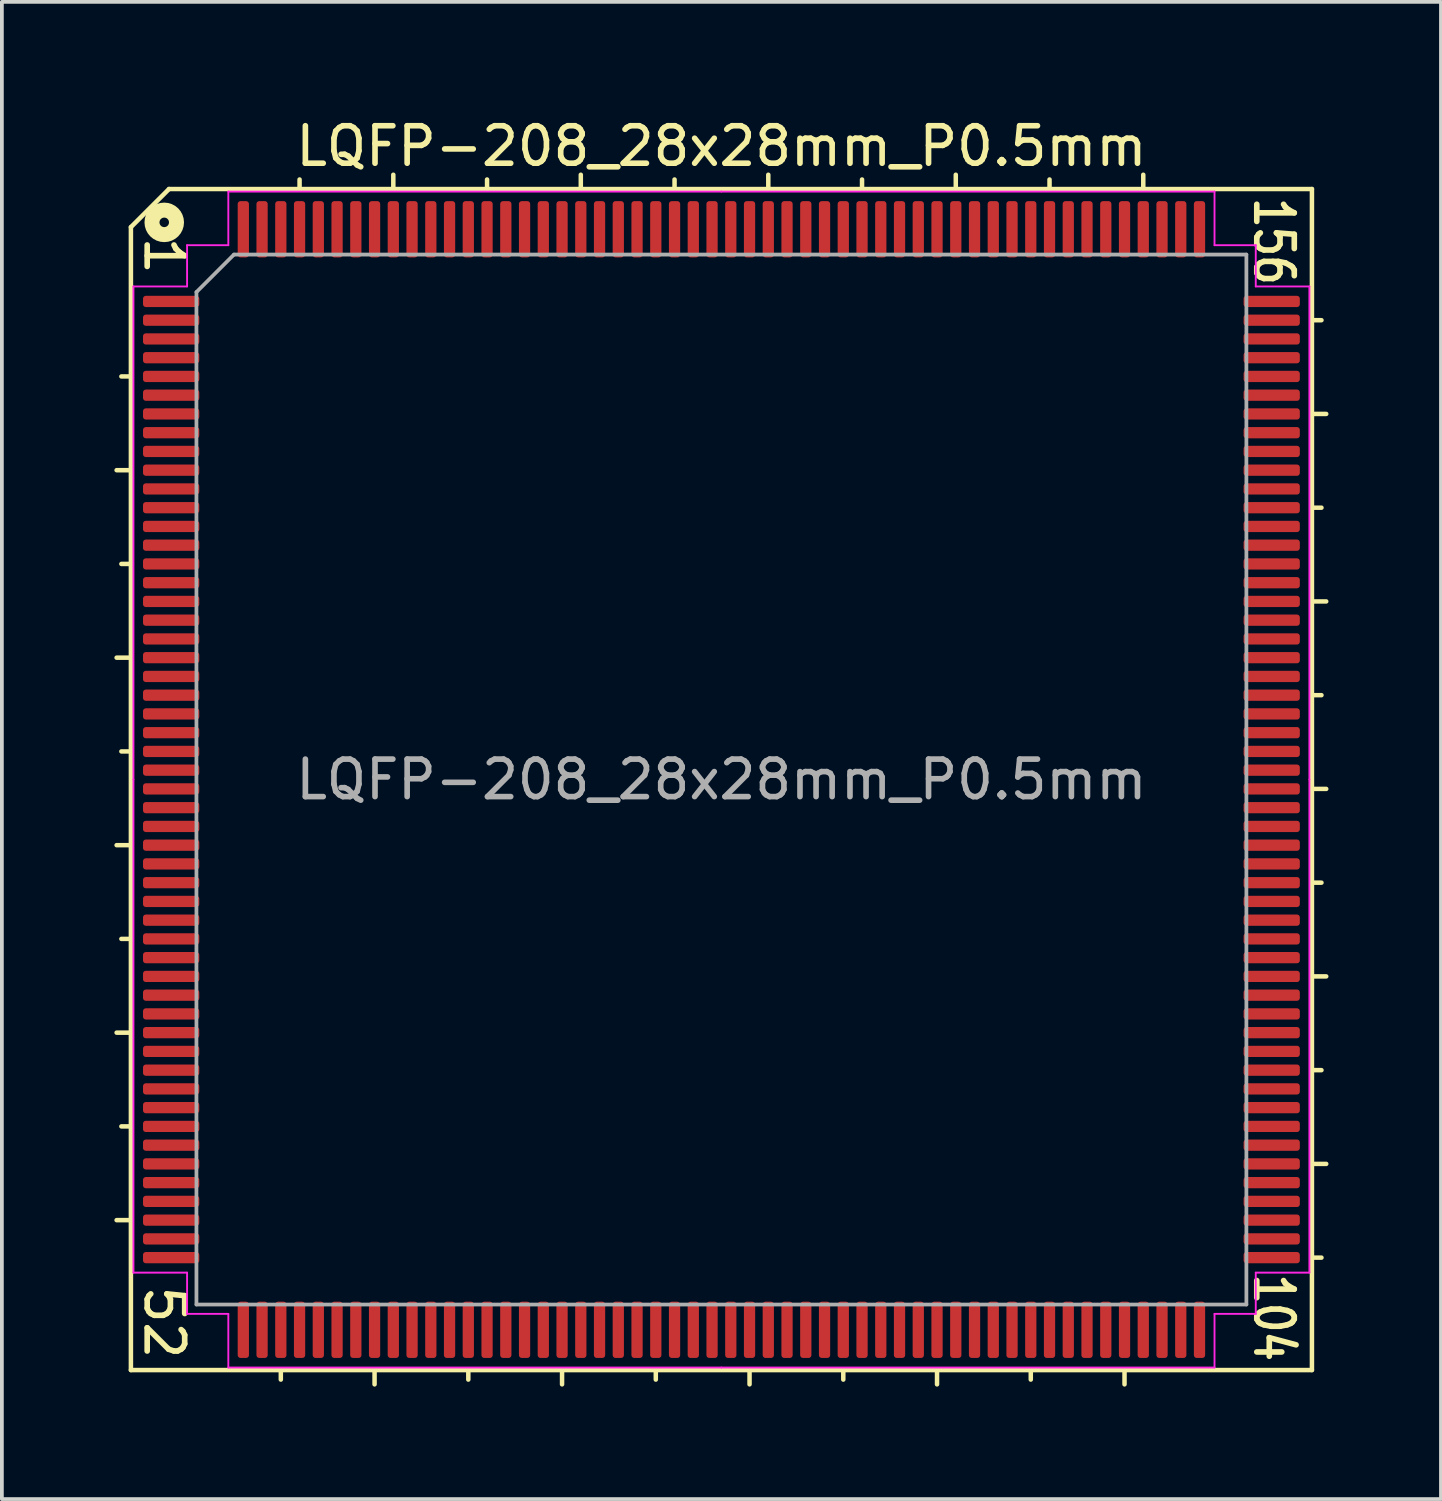
<source format=kicad_pcb>
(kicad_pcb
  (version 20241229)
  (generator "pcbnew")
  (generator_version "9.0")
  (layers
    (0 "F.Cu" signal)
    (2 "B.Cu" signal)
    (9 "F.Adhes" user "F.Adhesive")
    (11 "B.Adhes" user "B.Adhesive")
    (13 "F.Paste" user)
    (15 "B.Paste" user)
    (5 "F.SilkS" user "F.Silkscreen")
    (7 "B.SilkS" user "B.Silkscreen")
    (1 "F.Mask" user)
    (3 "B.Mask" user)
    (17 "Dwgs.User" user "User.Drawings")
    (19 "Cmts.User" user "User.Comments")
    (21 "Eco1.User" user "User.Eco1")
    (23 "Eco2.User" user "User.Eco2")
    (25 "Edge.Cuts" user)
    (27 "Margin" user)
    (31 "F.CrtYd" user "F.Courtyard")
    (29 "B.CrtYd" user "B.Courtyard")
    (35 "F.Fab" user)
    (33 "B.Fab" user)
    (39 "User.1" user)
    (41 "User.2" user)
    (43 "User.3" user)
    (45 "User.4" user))
  (footprint "LQFP-208_28x28mm_P0.5mm"
    (layer "F.Cu")
    (at 16.189 17.739)
    (property "Reference" "LQFP-208_28x28mm_P0.5mm" (at 0 -16.891 0) (layer "F.SilkS") (effects (font (size 1 1) (thickness 0.15))))
    (attr smd)
    (fp_line (start -15.75 -10.75) (end -16.002 -10.75) (stroke (width 0.12) (type solid)) (layer "F.SilkS"))
    (fp_line (start -15.75 -3.25) (end -16.129 -3.25) (stroke (width 0.12) (type solid)) (layer "F.SilkS"))
    (fp_line (start -15.75 -0.75) (end -16.002 -0.75) (stroke (width 0.12) (type solid)) (layer "F.SilkS"))
    (fp_line (start -15.75 1.75) (end -16.129 1.75) (stroke (width 0.12) (type solid)) (layer "F.SilkS"))
    (fp_line (start -15.75 4.25) (end -16.002 4.25) (stroke (width 0.12) (type solid)) (layer "F.SilkS"))
    (fp_line (start -15.75 6.75) (end -16.129 6.75) (stroke (width 0.12) (type solid)) (layer "F.SilkS"))
    (fp_line (start -15.75 9.25) (end -16.002 9.25) (stroke (width 0.12) (type solid)) (layer "F.SilkS"))
    (fp_line (start -15.75 11.75) (end -16.129 11.75) (stroke (width 0.12) (type solid)) (layer "F.SilkS"))
    (fp_line (start -15.748 -14.732) (end -15.748 15.748) (stroke (width 0.12) (type solid)) (layer "F.SilkS"))
    (fp_line (start -15.748 -8.25) (end -16.129 -8.25) (stroke (width 0.12) (type solid)) (layer "F.SilkS"))
    (fp_line (start -15.748 -5.75) (end -16.002 -5.75) (stroke (width 0.12) (type solid)) (layer "F.SilkS"))
    (fp_line (start -15.748 15.748) (end 15.748 15.748) (stroke (width 0.12) (type solid)) (layer "F.SilkS"))
    (fp_line (start -14.732 -15.748) (end -15.748 -14.732) (stroke (width 0.12) (type solid)) (layer "F.SilkS"))
    (fp_line (start -11.75 15.748) (end -11.75 16.002) (stroke (width 0.12) (type solid)) (layer "F.SilkS"))
    (fp_line (start -11.25 -15.75) (end -11.25 -16.002) (stroke (width 0.12) (type solid)) (layer "F.SilkS"))
    (fp_line (start -9.25 15.75) (end -9.25 16.129) (stroke (width 0.12) (type solid)) (layer "F.SilkS"))
    (fp_line (start -8.75 -15.75) (end -8.75 -16.129) (stroke (width 0.12) (type solid)) (layer "F.SilkS"))
    (fp_line (start -6.75 15.75) (end -6.75 16.002) (stroke (width 0.12) (type solid)) (layer "F.SilkS"))
    (fp_line (start -6.25 -15.75) (end -6.25 -16.002) (stroke (width 0.12) (type solid)) (layer "F.SilkS"))
    (fp_line (start -4.25 15.75) (end -4.25 16.129) (stroke (width 0.12) (type solid)) (layer "F.SilkS"))
    (fp_line (start -3.75 -15.75) (end -3.75 -16.129) (stroke (width 0.12) (type solid)) (layer "F.SilkS"))
    (fp_line (start -1.75 15.75) (end -1.75 16.002) (stroke (width 0.12) (type solid)) (layer "F.SilkS"))
    (fp_line (start -1.25 -15.75) (end -1.25 -16.002) (stroke (width 0.12) (type solid)) (layer "F.SilkS"))
    (fp_line (start 0.75 15.75) (end 0.75 16.129) (stroke (width 0.12) (type solid)) (layer "F.SilkS"))
    (fp_line (start 1.25 -15.75) (end 1.25 -16.129) (stroke (width 0.12) (type solid)) (layer "F.SilkS"))
    (fp_line (start 3.25 15.75) (end 3.25 16.002) (stroke (width 0.12) (type solid)) (layer "F.SilkS"))
    (fp_line (start 3.75 -15.75) (end 3.75 -16.002) (stroke (width 0.12) (type solid)) (layer "F.SilkS"))
    (fp_line (start 5.75 15.75) (end 5.75 16.129) (stroke (width 0.12) (type solid)) (layer "F.SilkS"))
    (fp_line (start 6.25 -15.75) (end 6.25 -16.129) (stroke (width 0.12) (type solid)) (layer "F.SilkS"))
    (fp_line (start 8.25 15.75) (end 8.25 16.002) (stroke (width 0.12) (type solid)) (layer "F.SilkS"))
    (fp_line (start 8.75 -15.75) (end 8.75 -16.002) (stroke (width 0.12) (type solid)) (layer "F.SilkS"))
    (fp_line (start 10.75 15.75) (end 10.75 16.129) (stroke (width 0.12) (type solid)) (layer "F.SilkS"))
    (fp_line (start 11.25 -15.75) (end 11.25 -16.129) (stroke (width 0.12) (type solid)) (layer "F.SilkS"))
    (fp_line (start 15.748 -15.748) (end -14.732 -15.748) (stroke (width 0.12) (type solid)) (layer "F.SilkS"))
    (fp_line (start 15.748 15.748) (end 15.748 -15.748) (stroke (width 0.12) (type solid)) (layer "F.SilkS"))
    (fp_line (start 15.75 -12.25) (end 16.002 -12.25) (stroke (width 0.12) (type solid)) (layer "F.SilkS"))
    (fp_line (start 15.75 -9.75) (end 16.129 -9.75) (stroke (width 0.12) (type solid)) (layer "F.SilkS"))
    (fp_line (start 15.75 -7.25) (end 16.002 -7.25) (stroke (width 0.12) (type solid)) (layer "F.SilkS"))
    (fp_line (start 15.75 -4.75) (end 16.129 -4.75) (stroke (width 0.12) (type solid)) (layer "F.SilkS"))
    (fp_line (start 15.75 -2.25) (end 16.002 -2.25) (stroke (width 0.12) (type solid)) (layer "F.SilkS"))
    (fp_line (start 15.75 0.25) (end 16.129 0.25) (stroke (width 0.12) (type solid)) (layer "F.SilkS"))
    (fp_line (start 15.75 2.75) (end 16.002 2.75) (stroke (width 0.12) (type solid)) (layer "F.SilkS"))
    (fp_line (start 15.75 5.25) (end 16.129 5.25) (stroke (width 0.12) (type solid)) (layer "F.SilkS"))
    (fp_line (start 15.75 7.75) (end 16.002 7.75) (stroke (width 0.12) (type solid)) (layer "F.SilkS"))
    (fp_line (start 15.75 10.25) (end 16.129 10.25) (stroke (width 0.12) (type solid)) (layer "F.SilkS"))
    (fp_line (start 16.002 12.75) (end 15.75 12.75) (stroke (width 0.12) (type solid)) (layer "F.SilkS"))
    (fp_circle (center -14.859 -14.859) (end -14.732 -14.859) (stroke (width 0.4) (type solid)) (fill no) (layer "F.SilkS"))
    (fp_line (start -15.68 -13.15) (end -15.68 0) (stroke (width 0.05) (type solid)) (layer "F.CrtYd"))
    (fp_line (start -15.68 13.15) (end -15.68 0) (stroke (width 0.05) (type solid)) (layer "F.CrtYd"))
    (fp_line (start -14.25 -14.25) (end -14.25 -13.15) (stroke (width 0.05) (type solid)) (layer "F.CrtYd"))
    (fp_line (start -14.25 -13.15) (end -15.68 -13.15) (stroke (width 0.05) (type solid)) (layer "F.CrtYd"))
    (fp_line (start -14.25 13.15) (end -15.68 13.15) (stroke (width 0.05) (type solid)) (layer "F.CrtYd"))
    (fp_line (start -14.25 14.25) (end -14.25 13.15) (stroke (width 0.05) (type solid)) (layer "F.CrtYd"))
    (fp_line (start -13.15 -15.68) (end -13.15 -14.25) (stroke (width 0.05) (type solid)) (layer "F.CrtYd"))
    (fp_line (start -13.15 -14.25) (end -14.25 -14.25) (stroke (width 0.05) (type solid)) (layer "F.CrtYd"))
    (fp_line (start -13.15 14.25) (end -14.25 14.25) (stroke (width 0.05) (type solid)) (layer "F.CrtYd"))
    (fp_line (start -13.15 15.68) (end -13.15 14.25) (stroke (width 0.05) (type solid)) (layer "F.CrtYd"))
    (fp_line (start 0 -15.68) (end -13.15 -15.68) (stroke (width 0.05) (type solid)) (layer "F.CrtYd"))
    (fp_line (start 0 -15.68) (end 13.15 -15.68) (stroke (width 0.05) (type solid)) (layer "F.CrtYd"))
    (fp_line (start 0 15.68) (end -13.15 15.68) (stroke (width 0.05) (type solid)) (layer "F.CrtYd"))
    (fp_line (start 0 15.68) (end 13.15 15.68) (stroke (width 0.05) (type solid)) (layer "F.CrtYd"))
    (fp_line (start 13.15 -15.68) (end 13.15 -14.25) (stroke (width 0.05) (type solid)) (layer "F.CrtYd"))
    (fp_line (start 13.15 -14.25) (end 14.25 -14.25) (stroke (width 0.05) (type solid)) (layer "F.CrtYd"))
    (fp_line (start 13.15 14.25) (end 14.25 14.25) (stroke (width 0.05) (type solid)) (layer "F.CrtYd"))
    (fp_line (start 13.15 15.68) (end 13.15 14.25) (stroke (width 0.05) (type solid)) (layer "F.CrtYd"))
    (fp_line (start 14.25 -14.25) (end 14.25 -13.15) (stroke (width 0.05) (type solid)) (layer "F.CrtYd"))
    (fp_line (start 14.25 -13.15) (end 15.68 -13.15) (stroke (width 0.05) (type solid)) (layer "F.CrtYd"))
    (fp_line (start 14.25 13.15) (end 15.68 13.15) (stroke (width 0.05) (type solid)) (layer "F.CrtYd"))
    (fp_line (start 14.25 14.25) (end 14.25 13.15) (stroke (width 0.05) (type solid)) (layer "F.CrtYd"))
    (fp_line (start 15.68 -13.15) (end 15.68 0) (stroke (width 0.05) (type solid)) (layer "F.CrtYd"))
    (fp_line (start 15.68 13.15) (end 15.68 0) (stroke (width 0.05) (type solid)) (layer "F.CrtYd"))
    (fp_line (start -14 -13) (end -13 -14) (stroke (width 0.1) (type solid)) (layer "F.Fab"))
    (fp_line (start -14 14) (end -14 -13) (stroke (width 0.1) (type solid)) (layer "F.Fab"))
    (fp_line (start -13 -14) (end 14 -14) (stroke (width 0.1) (type solid)) (layer "F.Fab"))
    (fp_line (start 14 -14) (end 14 14) (stroke (width 0.1) (type solid)) (layer "F.Fab"))
    (fp_line (start 14 14) (end -14 14) (stroke (width 0.1) (type solid)) (layer "F.Fab"))
    (fp_text user "52" (at -14.859 14.478 270) (unlocked yes) (layer "F.SilkS") (effects (font (size 1 1) (thickness 0.15))))
    (fp_text user "104" (at 14.732 14.351 270) (unlocked yes) (layer "F.SilkS") (effects (font (size 1 0.8) (thickness 0.15))))
    (fp_text user "156" (at 14.732 -14.351 270) (unlocked yes) (layer "F.SilkS") (effects (font (size 1 0.8) (thickness 0.15))))
    (fp_text user "1" (at -14.859 -13.97 270) (unlocked yes) (layer "F.SilkS") (effects (font (size 1 1) (thickness 0.15))))
    (fp_text user "${REFERENCE}" (at 0 0 0) (layer "F.Fab") (effects (font (size 1 1) (thickness 0.15))))
    (pad "1" smd roundrect (at -14.675 -12.75) (size 1.5 0.3) (layers "F.Cu" "F.Mask" "F.Paste") (roundrect_rratio 0.25))
    (pad "2" smd roundrect (at -14.675 -12.25) (size 1.5 0.3) (layers "F.Cu" "F.Mask" "F.Paste") (roundrect_rratio 0.25))
    (pad "3" smd roundrect (at -14.675 -11.75) (size 1.5 0.3) (layers "F.Cu" "F.Mask" "F.Paste") (roundrect_rratio 0.25))
    (pad "4" smd roundrect (at -14.675 -11.25) (size 1.5 0.3) (layers "F.Cu" "F.Mask" "F.Paste") (roundrect_rratio 0.25))
    (pad "5" smd roundrect (at -14.675 -10.75) (size 1.5 0.3) (layers "F.Cu" "F.Mask" "F.Paste") (roundrect_rratio 0.25))
    (pad "6" smd roundrect (at -14.675 -10.25) (size 1.5 0.3) (layers "F.Cu" "F.Mask" "F.Paste") (roundrect_rratio 0.25))
    (pad "7" smd roundrect (at -14.675 -9.75) (size 1.5 0.3) (layers "F.Cu" "F.Mask" "F.Paste") (roundrect_rratio 0.25))
    (pad "8" smd roundrect (at -14.675 -9.25) (size 1.5 0.3) (layers "F.Cu" "F.Mask" "F.Paste") (roundrect_rratio 0.25))
    (pad "9" smd roundrect (at -14.675 -8.75) (size 1.5 0.3) (layers "F.Cu" "F.Mask" "F.Paste") (roundrect_rratio 0.25))
    (pad "10" smd roundrect (at -14.675 -8.25) (size 1.5 0.3) (layers "F.Cu" "F.Mask" "F.Paste") (roundrect_rratio 0.25))
    (pad "11" smd roundrect (at -14.675 -7.75) (size 1.5 0.3) (layers "F.Cu" "F.Mask" "F.Paste") (roundrect_rratio 0.25))
    (pad "12" smd roundrect (at -14.675 -7.25) (size 1.5 0.3) (layers "F.Cu" "F.Mask" "F.Paste") (roundrect_rratio 0.25))
    (pad "13" smd roundrect (at -14.675 -6.75) (size 1.5 0.3) (layers "F.Cu" "F.Mask" "F.Paste") (roundrect_rratio 0.25))
    (pad "14" smd roundrect (at -14.675 -6.25) (size 1.5 0.3) (layers "F.Cu" "F.Mask" "F.Paste") (roundrect_rratio 0.25))
    (pad "15" smd roundrect (at -14.675 -5.75) (size 1.5 0.3) (layers "F.Cu" "F.Mask" "F.Paste") (roundrect_rratio 0.25))
    (pad "16" smd roundrect (at -14.675 -5.25) (size 1.5 0.3) (layers "F.Cu" "F.Mask" "F.Paste") (roundrect_rratio 0.25))
    (pad "17" smd roundrect (at -14.675 -4.75) (size 1.5 0.3) (layers "F.Cu" "F.Mask" "F.Paste") (roundrect_rratio 0.25))
    (pad "18" smd roundrect (at -14.675 -4.25) (size 1.5 0.3) (layers "F.Cu" "F.Mask" "F.Paste") (roundrect_rratio 0.25))
    (pad "19" smd roundrect (at -14.675 -3.75) (size 1.5 0.3) (layers "F.Cu" "F.Mask" "F.Paste") (roundrect_rratio 0.25))
    (pad "20" smd roundrect (at -14.675 -3.25) (size 1.5 0.3) (layers "F.Cu" "F.Mask" "F.Paste") (roundrect_rratio 0.25))
    (pad "21" smd roundrect (at -14.675 -2.75) (size 1.5 0.3) (layers "F.Cu" "F.Mask" "F.Paste") (roundrect_rratio 0.25))
    (pad "22" smd roundrect (at -14.675 -2.25) (size 1.5 0.3) (layers "F.Cu" "F.Mask" "F.Paste") (roundrect_rratio 0.25))
    (pad "23" smd roundrect (at -14.675 -1.75) (size 1.5 0.3) (layers "F.Cu" "F.Mask" "F.Paste") (roundrect_rratio 0.25))
    (pad "24" smd roundrect (at -14.675 -1.25) (size 1.5 0.3) (layers "F.Cu" "F.Mask" "F.Paste") (roundrect_rratio 0.25))
    (pad "25" smd roundrect (at -14.675 -0.75) (size 1.5 0.3) (layers "F.Cu" "F.Mask" "F.Paste") (roundrect_rratio 0.25))
    (pad "26" smd roundrect (at -14.675 -0.25) (size 1.5 0.3) (layers "F.Cu" "F.Mask" "F.Paste") (roundrect_rratio 0.25))
    (pad "27" smd roundrect (at -14.675 0.25) (size 1.5 0.3) (layers "F.Cu" "F.Mask" "F.Paste") (roundrect_rratio 0.25))
    (pad "28" smd roundrect (at -14.675 0.75) (size 1.5 0.3) (layers "F.Cu" "F.Mask" "F.Paste") (roundrect_rratio 0.25))
    (pad "29" smd roundrect (at -14.675 1.25) (size 1.5 0.3) (layers "F.Cu" "F.Mask" "F.Paste") (roundrect_rratio 0.25))
    (pad "30" smd roundrect (at -14.675 1.75) (size 1.5 0.3) (layers "F.Cu" "F.Mask" "F.Paste") (roundrect_rratio 0.25))
    (pad "31" smd roundrect (at -14.675 2.25) (size 1.5 0.3) (layers "F.Cu" "F.Mask" "F.Paste") (roundrect_rratio 0.25))
    (pad "32" smd roundrect (at -14.675 2.75) (size 1.5 0.3) (layers "F.Cu" "F.Mask" "F.Paste") (roundrect_rratio 0.25))
    (pad "33" smd roundrect (at -14.675 3.25) (size 1.5 0.3) (layers "F.Cu" "F.Mask" "F.Paste") (roundrect_rratio 0.25))
    (pad "34" smd roundrect (at -14.675 3.75) (size 1.5 0.3) (layers "F.Cu" "F.Mask" "F.Paste") (roundrect_rratio 0.25))
    (pad "35" smd roundrect (at -14.675 4.25) (size 1.5 0.3) (layers "F.Cu" "F.Mask" "F.Paste") (roundrect_rratio 0.25))
    (pad "36" smd roundrect (at -14.675 4.75) (size 1.5 0.3) (layers "F.Cu" "F.Mask" "F.Paste") (roundrect_rratio 0.25))
    (pad "37" smd roundrect (at -14.675 5.25) (size 1.5 0.3) (layers "F.Cu" "F.Mask" "F.Paste") (roundrect_rratio 0.25))
    (pad "38" smd roundrect (at -14.675 5.75) (size 1.5 0.3) (layers "F.Cu" "F.Mask" "F.Paste") (roundrect_rratio 0.25))
    (pad "39" smd roundrect (at -14.675 6.25) (size 1.5 0.3) (layers "F.Cu" "F.Mask" "F.Paste") (roundrect_rratio 0.25))
    (pad "40" smd roundrect (at -14.675 6.75) (size 1.5 0.3) (layers "F.Cu" "F.Mask" "F.Paste") (roundrect_rratio 0.25))
    (pad "41" smd roundrect (at -14.675 7.25) (size 1.5 0.3) (layers "F.Cu" "F.Mask" "F.Paste") (roundrect_rratio 0.25))
    (pad "42" smd roundrect (at -14.675 7.75) (size 1.5 0.3) (layers "F.Cu" "F.Mask" "F.Paste") (roundrect_rratio 0.25))
    (pad "43" smd roundrect (at -14.675 8.25) (size 1.5 0.3) (layers "F.Cu" "F.Mask" "F.Paste") (roundrect_rratio 0.25))
    (pad "44" smd roundrect (at -14.675 8.75) (size 1.5 0.3) (layers "F.Cu" "F.Mask" "F.Paste") (roundrect_rratio 0.25))
    (pad "45" smd roundrect (at -14.675 9.25) (size 1.5 0.3) (layers "F.Cu" "F.Mask" "F.Paste") (roundrect_rratio 0.25))
    (pad "46" smd roundrect (at -14.675 9.75) (size 1.5 0.3) (layers "F.Cu" "F.Mask" "F.Paste") (roundrect_rratio 0.25))
    (pad "47" smd roundrect (at -14.675 10.25) (size 1.5 0.3) (layers "F.Cu" "F.Mask" "F.Paste") (roundrect_rratio 0.25))
    (pad "48" smd roundrect (at -14.675 10.75) (size 1.5 0.3) (layers "F.Cu" "F.Mask" "F.Paste") (roundrect_rratio 0.25))
    (pad "49" smd roundrect (at -14.675 11.25) (size 1.5 0.3) (layers "F.Cu" "F.Mask" "F.Paste") (roundrect_rratio 0.25))
    (pad "50" smd roundrect (at -14.675 11.75) (size 1.5 0.3) (layers "F.Cu" "F.Mask" "F.Paste") (roundrect_rratio 0.25))
    (pad "51" smd roundrect (at -14.675 12.25) (size 1.5 0.3) (layers "F.Cu" "F.Mask" "F.Paste") (roundrect_rratio 0.25))
    (pad "52" smd roundrect (at -14.675 12.75) (size 1.5 0.3) (layers "F.Cu" "F.Mask" "F.Paste") (roundrect_rratio 0.25))
    (pad "53" smd roundrect (at -12.75 14.675) (size 0.3 1.5) (layers "F.Cu" "F.Mask" "F.Paste") (roundrect_rratio 0.25))
    (pad "54" smd roundrect (at -12.25 14.675) (size 0.3 1.5) (layers "F.Cu" "F.Mask" "F.Paste") (roundrect_rratio 0.25))
    (pad "55" smd roundrect (at -11.75 14.675) (size 0.3 1.5) (layers "F.Cu" "F.Mask" "F.Paste") (roundrect_rratio 0.25))
    (pad "56" smd roundrect (at -11.25 14.675) (size 0.3 1.5) (layers "F.Cu" "F.Mask" "F.Paste") (roundrect_rratio 0.25))
    (pad "57" smd roundrect (at -10.75 14.675) (size 0.3 1.5) (layers "F.Cu" "F.Mask" "F.Paste") (roundrect_rratio 0.25))
    (pad "58" smd roundrect (at -10.25 14.675) (size 0.3 1.5) (layers "F.Cu" "F.Mask" "F.Paste") (roundrect_rratio 0.25))
    (pad "59" smd roundrect (at -9.75 14.675) (size 0.3 1.5) (layers "F.Cu" "F.Mask" "F.Paste") (roundrect_rratio 0.25))
    (pad "60" smd roundrect (at -9.25 14.675) (size 0.3 1.5) (layers "F.Cu" "F.Mask" "F.Paste") (roundrect_rratio 0.25))
    (pad "61" smd roundrect (at -8.75 14.675) (size 0.3 1.5) (layers "F.Cu" "F.Mask" "F.Paste") (roundrect_rratio 0.25))
    (pad "62" smd roundrect (at -8.25 14.675) (size 0.3 1.5) (layers "F.Cu" "F.Mask" "F.Paste") (roundrect_rratio 0.25))
    (pad "63" smd roundrect (at -7.75 14.675) (size 0.3 1.5) (layers "F.Cu" "F.Mask" "F.Paste") (roundrect_rratio 0.25))
    (pad "64" smd roundrect (at -7.25 14.675) (size 0.3 1.5) (layers "F.Cu" "F.Mask" "F.Paste") (roundrect_rratio 0.25))
    (pad "65" smd roundrect (at -6.75 14.675) (size 0.3 1.5) (layers "F.Cu" "F.Mask" "F.Paste") (roundrect_rratio 0.25))
    (pad "66" smd roundrect (at -6.25 14.675) (size 0.3 1.5) (layers "F.Cu" "F.Mask" "F.Paste") (roundrect_rratio 0.25))
    (pad "67" smd roundrect (at -5.75 14.675) (size 0.3 1.5) (layers "F.Cu" "F.Mask" "F.Paste") (roundrect_rratio 0.25))
    (pad "68" smd roundrect (at -5.25 14.675) (size 0.3 1.5) (layers "F.Cu" "F.Mask" "F.Paste") (roundrect_rratio 0.25))
    (pad "69" smd roundrect (at -4.75 14.675) (size 0.3 1.5) (layers "F.Cu" "F.Mask" "F.Paste") (roundrect_rratio 0.25))
    (pad "70" smd roundrect (at -4.25 14.675) (size 0.3 1.5) (layers "F.Cu" "F.Mask" "F.Paste") (roundrect_rratio 0.25))
    (pad "71" smd roundrect (at -3.75 14.675) (size 0.3 1.5) (layers "F.Cu" "F.Mask" "F.Paste") (roundrect_rratio 0.25))
    (pad "72" smd roundrect (at -3.25 14.675) (size 0.3 1.5) (layers "F.Cu" "F.Mask" "F.Paste") (roundrect_rratio 0.25))
    (pad "73" smd roundrect (at -2.75 14.675) (size 0.3 1.5) (layers "F.Cu" "F.Mask" "F.Paste") (roundrect_rratio 0.25))
    (pad "74" smd roundrect (at -2.25 14.675) (size 0.3 1.5) (layers "F.Cu" "F.Mask" "F.Paste") (roundrect_rratio 0.25))
    (pad "75" smd roundrect (at -1.75 14.675) (size 0.3 1.5) (layers "F.Cu" "F.Mask" "F.Paste") (roundrect_rratio 0.25))
    (pad "76" smd roundrect (at -1.25 14.675) (size 0.3 1.5) (layers "F.Cu" "F.Mask" "F.Paste") (roundrect_rratio 0.25))
    (pad "77" smd roundrect (at -0.75 14.675) (size 0.3 1.5) (layers "F.Cu" "F.Mask" "F.Paste") (roundrect_rratio 0.25))
    (pad "78" smd roundrect (at -0.25 14.675) (size 0.3 1.5) (layers "F.Cu" "F.Mask" "F.Paste") (roundrect_rratio 0.25))
    (pad "79" smd roundrect (at 0.25 14.675) (size 0.3 1.5) (layers "F.Cu" "F.Mask" "F.Paste") (roundrect_rratio 0.25))
    (pad "80" smd roundrect (at 0.75 14.675) (size 0.3 1.5) (layers "F.Cu" "F.Mask" "F.Paste") (roundrect_rratio 0.25))
    (pad "81" smd roundrect (at 1.25 14.675) (size 0.3 1.5) (layers "F.Cu" "F.Mask" "F.Paste") (roundrect_rratio 0.25))
    (pad "82" smd roundrect (at 1.75 14.675) (size 0.3 1.5) (layers "F.Cu" "F.Mask" "F.Paste") (roundrect_rratio 0.25))
    (pad "83" smd roundrect (at 2.25 14.675) (size 0.3 1.5) (layers "F.Cu" "F.Mask" "F.Paste") (roundrect_rratio 0.25))
    (pad "84" smd roundrect (at 2.75 14.675) (size 0.3 1.5) (layers "F.Cu" "F.Mask" "F.Paste") (roundrect_rratio 0.25))
    (pad "85" smd roundrect (at 3.25 14.675) (size 0.3 1.5) (layers "F.Cu" "F.Mask" "F.Paste") (roundrect_rratio 0.25))
    (pad "86" smd roundrect (at 3.75 14.675) (size 0.3 1.5) (layers "F.Cu" "F.Mask" "F.Paste") (roundrect_rratio 0.25))
    (pad "87" smd roundrect (at 4.25 14.675) (size 0.3 1.5) (layers "F.Cu" "F.Mask" "F.Paste") (roundrect_rratio 0.25))
    (pad "88" smd roundrect (at 4.75 14.675) (size 0.3 1.5) (layers "F.Cu" "F.Mask" "F.Paste") (roundrect_rratio 0.25))
    (pad "89" smd roundrect (at 5.25 14.675) (size 0.3 1.5) (layers "F.Cu" "F.Mask" "F.Paste") (roundrect_rratio 0.25))
    (pad "90" smd roundrect (at 5.75 14.675) (size 0.3 1.5) (layers "F.Cu" "F.Mask" "F.Paste") (roundrect_rratio 0.25))
    (pad "91" smd roundrect (at 6.25 14.675) (size 0.3 1.5) (layers "F.Cu" "F.Mask" "F.Paste") (roundrect_rratio 0.25))
    (pad "92" smd roundrect (at 6.75 14.675) (size 0.3 1.5) (layers "F.Cu" "F.Mask" "F.Paste") (roundrect_rratio 0.25))
    (pad "93" smd roundrect (at 7.25 14.675) (size 0.3 1.5) (layers "F.Cu" "F.Mask" "F.Paste") (roundrect_rratio 0.25))
    (pad "94" smd roundrect (at 7.75 14.675) (size 0.3 1.5) (layers "F.Cu" "F.Mask" "F.Paste") (roundrect_rratio 0.25))
    (pad "95" smd roundrect (at 8.25 14.675) (size 0.3 1.5) (layers "F.Cu" "F.Mask" "F.Paste") (roundrect_rratio 0.25))
    (pad "96" smd roundrect (at 8.75 14.675) (size 0.3 1.5) (layers "F.Cu" "F.Mask" "F.Paste") (roundrect_rratio 0.25))
    (pad "97" smd roundrect (at 9.25 14.675) (size 0.3 1.5) (layers "F.Cu" "F.Mask" "F.Paste") (roundrect_rratio 0.25))
    (pad "98" smd roundrect (at 9.75 14.675) (size 0.3 1.5) (layers "F.Cu" "F.Mask" "F.Paste") (roundrect_rratio 0.25))
    (pad "99" smd roundrect (at 10.25 14.675) (size 0.3 1.5) (layers "F.Cu" "F.Mask" "F.Paste") (roundrect_rratio 0.25))
    (pad "100" smd roundrect (at 10.75 14.675) (size 0.3 1.5) (layers "F.Cu" "F.Mask" "F.Paste") (roundrect_rratio 0.25))
    (pad "101" smd roundrect (at 11.25 14.675) (size 0.3 1.5) (layers "F.Cu" "F.Mask" "F.Paste") (roundrect_rratio 0.25))
    (pad "102" smd roundrect (at 11.75 14.675) (size 0.3 1.5) (layers "F.Cu" "F.Mask" "F.Paste") (roundrect_rratio 0.25))
    (pad "103" smd roundrect (at 12.25 14.675) (size 0.3 1.5) (layers "F.Cu" "F.Mask" "F.Paste") (roundrect_rratio 0.25))
    (pad "104" smd roundrect (at 12.75 14.675) (size 0.3 1.5) (layers "F.Cu" "F.Mask" "F.Paste") (roundrect_rratio 0.25))
    (pad "105" smd roundrect (at 14.675 12.75) (size 1.5 0.3) (layers "F.Cu" "F.Mask" "F.Paste") (roundrect_rratio 0.25))
    (pad "106" smd roundrect (at 14.675 12.25) (size 1.5 0.3) (layers "F.Cu" "F.Mask" "F.Paste") (roundrect_rratio 0.25))
    (pad "107" smd roundrect (at 14.675 11.75) (size 1.5 0.3) (layers "F.Cu" "F.Mask" "F.Paste") (roundrect_rratio 0.25))
    (pad "108" smd roundrect (at 14.675 11.25) (size 1.5 0.3) (layers "F.Cu" "F.Mask" "F.Paste") (roundrect_rratio 0.25))
    (pad "109" smd roundrect (at 14.675 10.75) (size 1.5 0.3) (layers "F.Cu" "F.Mask" "F.Paste") (roundrect_rratio 0.25))
    (pad "110" smd roundrect (at 14.675 10.25) (size 1.5 0.3) (layers "F.Cu" "F.Mask" "F.Paste") (roundrect_rratio 0.25))
    (pad "111" smd roundrect (at 14.675 9.75) (size 1.5 0.3) (layers "F.Cu" "F.Mask" "F.Paste") (roundrect_rratio 0.25))
    (pad "112" smd roundrect (at 14.675 9.25) (size 1.5 0.3) (layers "F.Cu" "F.Mask" "F.Paste") (roundrect_rratio 0.25))
    (pad "113" smd roundrect (at 14.675 8.75) (size 1.5 0.3) (layers "F.Cu" "F.Mask" "F.Paste") (roundrect_rratio 0.25))
    (pad "114" smd roundrect (at 14.675 8.25) (size 1.5 0.3) (layers "F.Cu" "F.Mask" "F.Paste") (roundrect_rratio 0.25))
    (pad "115" smd roundrect (at 14.675 7.75) (size 1.5 0.3) (layers "F.Cu" "F.Mask" "F.Paste") (roundrect_rratio 0.25))
    (pad "116" smd roundrect (at 14.675 7.25) (size 1.5 0.3) (layers "F.Cu" "F.Mask" "F.Paste") (roundrect_rratio 0.25))
    (pad "117" smd roundrect (at 14.675 6.75) (size 1.5 0.3) (layers "F.Cu" "F.Mask" "F.Paste") (roundrect_rratio 0.25))
    (pad "118" smd roundrect (at 14.675 6.25) (size 1.5 0.3) (layers "F.Cu" "F.Mask" "F.Paste") (roundrect_rratio 0.25))
    (pad "119" smd roundrect (at 14.675 5.75) (size 1.5 0.3) (layers "F.Cu" "F.Mask" "F.Paste") (roundrect_rratio 0.25))
    (pad "120" smd roundrect (at 14.675 5.25) (size 1.5 0.3) (layers "F.Cu" "F.Mask" "F.Paste") (roundrect_rratio 0.25))
    (pad "121" smd roundrect (at 14.675 4.75) (size 1.5 0.3) (layers "F.Cu" "F.Mask" "F.Paste") (roundrect_rratio 0.25))
    (pad "122" smd roundrect (at 14.675 4.25) (size 1.5 0.3) (layers "F.Cu" "F.Mask" "F.Paste") (roundrect_rratio 0.25))
    (pad "123" smd roundrect (at 14.675 3.75) (size 1.5 0.3) (layers "F.Cu" "F.Mask" "F.Paste") (roundrect_rratio 0.25))
    (pad "124" smd roundrect (at 14.675 3.25) (size 1.5 0.3) (layers "F.Cu" "F.Mask" "F.Paste") (roundrect_rratio 0.25))
    (pad "125" smd roundrect (at 14.675 2.75) (size 1.5 0.3) (layers "F.Cu" "F.Mask" "F.Paste") (roundrect_rratio 0.25))
    (pad "126" smd roundrect (at 14.675 2.25) (size 1.5 0.3) (layers "F.Cu" "F.Mask" "F.Paste") (roundrect_rratio 0.25))
    (pad "127" smd roundrect (at 14.675 1.75) (size 1.5 0.3) (layers "F.Cu" "F.Mask" "F.Paste") (roundrect_rratio 0.25))
    (pad "128" smd roundrect (at 14.675 1.25) (size 1.5 0.3) (layers "F.Cu" "F.Mask" "F.Paste") (roundrect_rratio 0.25))
    (pad "129" smd roundrect (at 14.675 0.75) (size 1.5 0.3) (layers "F.Cu" "F.Mask" "F.Paste") (roundrect_rratio 0.25))
    (pad "130" smd roundrect (at 14.675 0.25) (size 1.5 0.3) (layers "F.Cu" "F.Mask" "F.Paste") (roundrect_rratio 0.25))
    (pad "131" smd roundrect (at 14.675 -0.25) (size 1.5 0.3) (layers "F.Cu" "F.Mask" "F.Paste") (roundrect_rratio 0.25))
    (pad "132" smd roundrect (at 14.675 -0.75) (size 1.5 0.3) (layers "F.Cu" "F.Mask" "F.Paste") (roundrect_rratio 0.25))
    (pad "133" smd roundrect (at 14.675 -1.25) (size 1.5 0.3) (layers "F.Cu" "F.Mask" "F.Paste") (roundrect_rratio 0.25))
    (pad "134" smd roundrect (at 14.675 -1.75) (size 1.5 0.3) (layers "F.Cu" "F.Mask" "F.Paste") (roundrect_rratio 0.25))
    (pad "135" smd roundrect (at 14.675 -2.25) (size 1.5 0.3) (layers "F.Cu" "F.Mask" "F.Paste") (roundrect_rratio 0.25))
    (pad "136" smd roundrect (at 14.675 -2.75) (size 1.5 0.3) (layers "F.Cu" "F.Mask" "F.Paste") (roundrect_rratio 0.25))
    (pad "137" smd roundrect (at 14.675 -3.25) (size 1.5 0.3) (layers "F.Cu" "F.Mask" "F.Paste") (roundrect_rratio 0.25))
    (pad "138" smd roundrect (at 14.675 -3.75) (size 1.5 0.3) (layers "F.Cu" "F.Mask" "F.Paste") (roundrect_rratio 0.25))
    (pad "139" smd roundrect (at 14.675 -4.25) (size 1.5 0.3) (layers "F.Cu" "F.Mask" "F.Paste") (roundrect_rratio 0.25))
    (pad "140" smd roundrect (at 14.675 -4.75) (size 1.5 0.3) (layers "F.Cu" "F.Mask" "F.Paste") (roundrect_rratio 0.25))
    (pad "141" smd roundrect (at 14.675 -5.25) (size 1.5 0.3) (layers "F.Cu" "F.Mask" "F.Paste") (roundrect_rratio 0.25))
    (pad "142" smd roundrect (at 14.675 -5.75) (size 1.5 0.3) (layers "F.Cu" "F.Mask" "F.Paste") (roundrect_rratio 0.25))
    (pad "143" smd roundrect (at 14.675 -6.25) (size 1.5 0.3) (layers "F.Cu" "F.Mask" "F.Paste") (roundrect_rratio 0.25))
    (pad "144" smd roundrect (at 14.675 -6.75) (size 1.5 0.3) (layers "F.Cu" "F.Mask" "F.Paste") (roundrect_rratio 0.25))
    (pad "145" smd roundrect (at 14.675 -7.25) (size 1.5 0.3) (layers "F.Cu" "F.Mask" "F.Paste") (roundrect_rratio 0.25))
    (pad "146" smd roundrect (at 14.675 -7.75) (size 1.5 0.3) (layers "F.Cu" "F.Mask" "F.Paste") (roundrect_rratio 0.25))
    (pad "147" smd roundrect (at 14.675 -8.25) (size 1.5 0.3) (layers "F.Cu" "F.Mask" "F.Paste") (roundrect_rratio 0.25))
    (pad "148" smd roundrect (at 14.675 -8.75) (size 1.5 0.3) (layers "F.Cu" "F.Mask" "F.Paste") (roundrect_rratio 0.25))
    (pad "149" smd roundrect (at 14.675 -9.25) (size 1.5 0.3) (layers "F.Cu" "F.Mask" "F.Paste") (roundrect_rratio 0.25))
    (pad "150" smd roundrect (at 14.675 -9.75) (size 1.5 0.3) (layers "F.Cu" "F.Mask" "F.Paste") (roundrect_rratio 0.25))
    (pad "151" smd roundrect (at 14.675 -10.25) (size 1.5 0.3) (layers "F.Cu" "F.Mask" "F.Paste") (roundrect_rratio 0.25))
    (pad "152" smd roundrect (at 14.675 -10.75) (size 1.5 0.3) (layers "F.Cu" "F.Mask" "F.Paste") (roundrect_rratio 0.25))
    (pad "153" smd roundrect (at 14.675 -11.25) (size 1.5 0.3) (layers "F.Cu" "F.Mask" "F.Paste") (roundrect_rratio 0.25))
    (pad "154" smd roundrect (at 14.675 -11.75) (size 1.5 0.3) (layers "F.Cu" "F.Mask" "F.Paste") (roundrect_rratio 0.25))
    (pad "155" smd roundrect (at 14.675 -12.25) (size 1.5 0.3) (layers "F.Cu" "F.Mask" "F.Paste") (roundrect_rratio 0.25))
    (pad "156" smd roundrect (at 14.675 -12.75) (size 1.5 0.3) (layers "F.Cu" "F.Mask" "F.Paste") (roundrect_rratio 0.25))
    (pad "157" smd roundrect (at 12.75 -14.675) (size 0.3 1.5) (layers "F.Cu" "F.Mask" "F.Paste") (roundrect_rratio 0.25))
    (pad "158" smd roundrect (at 12.25 -14.675) (size 0.3 1.5) (layers "F.Cu" "F.Mask" "F.Paste") (roundrect_rratio 0.25))
    (pad "159" smd roundrect (at 11.75 -14.675) (size 0.3 1.5) (layers "F.Cu" "F.Mask" "F.Paste") (roundrect_rratio 0.25))
    (pad "160" smd roundrect (at 11.25 -14.675) (size 0.3 1.5) (layers "F.Cu" "F.Mask" "F.Paste") (roundrect_rratio 0.25))
    (pad "161" smd roundrect (at 10.75 -14.675) (size 0.3 1.5) (layers "F.Cu" "F.Mask" "F.Paste") (roundrect_rratio 0.25))
    (pad "162" smd roundrect (at 10.25 -14.675) (size 0.3 1.5) (layers "F.Cu" "F.Mask" "F.Paste") (roundrect_rratio 0.25))
    (pad "163" smd roundrect (at 9.75 -14.675) (size 0.3 1.5) (layers "F.Cu" "F.Mask" "F.Paste") (roundrect_rratio 0.25))
    (pad "164" smd roundrect (at 9.25 -14.675) (size 0.3 1.5) (layers "F.Cu" "F.Mask" "F.Paste") (roundrect_rratio 0.25))
    (pad "165" smd roundrect (at 8.75 -14.675) (size 0.3 1.5) (layers "F.Cu" "F.Mask" "F.Paste") (roundrect_rratio 0.25))
    (pad "166" smd roundrect (at 8.25 -14.675) (size 0.3 1.5) (layers "F.Cu" "F.Mask" "F.Paste") (roundrect_rratio 0.25))
    (pad "167" smd roundrect (at 7.75 -14.675) (size 0.3 1.5) (layers "F.Cu" "F.Mask" "F.Paste") (roundrect_rratio 0.25))
    (pad "168" smd roundrect (at 7.25 -14.675) (size 0.3 1.5) (layers "F.Cu" "F.Mask" "F.Paste") (roundrect_rratio 0.25))
    (pad "169" smd roundrect (at 6.75 -14.675) (size 0.3 1.5) (layers "F.Cu" "F.Mask" "F.Paste") (roundrect_rratio 0.25))
    (pad "170" smd roundrect (at 6.25 -14.675) (size 0.3 1.5) (layers "F.Cu" "F.Mask" "F.Paste") (roundrect_rratio 0.25))
    (pad "171" smd roundrect (at 5.75 -14.675) (size 0.3 1.5) (layers "F.Cu" "F.Mask" "F.Paste") (roundrect_rratio 0.25))
    (pad "172" smd roundrect (at 5.25 -14.675) (size 0.3 1.5) (layers "F.Cu" "F.Mask" "F.Paste") (roundrect_rratio 0.25))
    (pad "173" smd roundrect (at 4.75 -14.675) (size 0.3 1.5) (layers "F.Cu" "F.Mask" "F.Paste") (roundrect_rratio 0.25))
    (pad "174" smd roundrect (at 4.25 -14.675) (size 0.3 1.5) (layers "F.Cu" "F.Mask" "F.Paste") (roundrect_rratio 0.25))
    (pad "175" smd roundrect (at 3.75 -14.675) (size 0.3 1.5) (layers "F.Cu" "F.Mask" "F.Paste") (roundrect_rratio 0.25))
    (pad "176" smd roundrect (at 3.25 -14.675) (size 0.3 1.5) (layers "F.Cu" "F.Mask" "F.Paste") (roundrect_rratio 0.25))
    (pad "177" smd roundrect (at 2.75 -14.675) (size 0.3 1.5) (layers "F.Cu" "F.Mask" "F.Paste") (roundrect_rratio 0.25))
    (pad "178" smd roundrect (at 2.25 -14.675) (size 0.3 1.5) (layers "F.Cu" "F.Mask" "F.Paste") (roundrect_rratio 0.25))
    (pad "179" smd roundrect (at 1.75 -14.675) (size 0.3 1.5) (layers "F.Cu" "F.Mask" "F.Paste") (roundrect_rratio 0.25))
    (pad "180" smd roundrect (at 1.25 -14.675) (size 0.3 1.5) (layers "F.Cu" "F.Mask" "F.Paste") (roundrect_rratio 0.25))
    (pad "181" smd roundrect (at 0.75 -14.675) (size 0.3 1.5) (layers "F.Cu" "F.Mask" "F.Paste") (roundrect_rratio 0.25))
    (pad "182" smd roundrect (at 0.25 -14.675) (size 0.3 1.5) (layers "F.Cu" "F.Mask" "F.Paste") (roundrect_rratio 0.25))
    (pad "183" smd roundrect (at -0.25 -14.675) (size 0.3 1.5) (layers "F.Cu" "F.Mask" "F.Paste") (roundrect_rratio 0.25))
    (pad "184" smd roundrect (at -0.75 -14.675) (size 0.3 1.5) (layers "F.Cu" "F.Mask" "F.Paste") (roundrect_rratio 0.25))
    (pad "185" smd roundrect (at -1.25 -14.675) (size 0.3 1.5) (layers "F.Cu" "F.Mask" "F.Paste") (roundrect_rratio 0.25))
    (pad "186" smd roundrect (at -1.75 -14.675) (size 0.3 1.5) (layers "F.Cu" "F.Mask" "F.Paste") (roundrect_rratio 0.25))
    (pad "187" smd roundrect (at -2.25 -14.675) (size 0.3 1.5) (layers "F.Cu" "F.Mask" "F.Paste") (roundrect_rratio 0.25))
    (pad "188" smd roundrect (at -2.75 -14.675) (size 0.3 1.5) (layers "F.Cu" "F.Mask" "F.Paste") (roundrect_rratio 0.25))
    (pad "189" smd roundrect (at -3.25 -14.675) (size 0.3 1.5) (layers "F.Cu" "F.Mask" "F.Paste") (roundrect_rratio 0.25))
    (pad "190" smd roundrect (at -3.75 -14.675) (size 0.3 1.5) (layers "F.Cu" "F.Mask" "F.Paste") (roundrect_rratio 0.25))
    (pad "191" smd roundrect (at -4.25 -14.675) (size 0.3 1.5) (layers "F.Cu" "F.Mask" "F.Paste") (roundrect_rratio 0.25))
    (pad "192" smd roundrect (at -4.75 -14.675) (size 0.3 1.5) (layers "F.Cu" "F.Mask" "F.Paste") (roundrect_rratio 0.25))
    (pad "193" smd roundrect (at -5.25 -14.675) (size 0.3 1.5) (layers "F.Cu" "F.Mask" "F.Paste") (roundrect_rratio 0.25))
    (pad "194" smd roundrect (at -5.75 -14.675) (size 0.3 1.5) (layers "F.Cu" "F.Mask" "F.Paste") (roundrect_rratio 0.25))
    (pad "195" smd roundrect (at -6.25 -14.675) (size 0.3 1.5) (layers "F.Cu" "F.Mask" "F.Paste") (roundrect_rratio 0.25))
    (pad "196" smd roundrect (at -6.75 -14.675) (size 0.3 1.5) (layers "F.Cu" "F.Mask" "F.Paste") (roundrect_rratio 0.25))
    (pad "197" smd roundrect (at -7.25 -14.675) (size 0.3 1.5) (layers "F.Cu" "F.Mask" "F.Paste") (roundrect_rratio 0.25))
    (pad "198" smd roundrect (at -7.75 -14.675) (size 0.3 1.5) (layers "F.Cu" "F.Mask" "F.Paste") (roundrect_rratio 0.25))
    (pad "199" smd roundrect (at -8.25 -14.675) (size 0.3 1.5) (layers "F.Cu" "F.Mask" "F.Paste") (roundrect_rratio 0.25))
    (pad "200" smd roundrect (at -8.75 -14.675) (size 0.3 1.5) (layers "F.Cu" "F.Mask" "F.Paste") (roundrect_rratio 0.25))
    (pad "201" smd roundrect (at -9.25 -14.675) (size 0.3 1.5) (layers "F.Cu" "F.Mask" "F.Paste") (roundrect_rratio 0.25))
    (pad "202" smd roundrect (at -9.75 -14.675) (size 0.3 1.5) (layers "F.Cu" "F.Mask" "F.Paste") (roundrect_rratio 0.25))
    (pad "203" smd roundrect (at -10.25 -14.675) (size 0.3 1.5) (layers "F.Cu" "F.Mask" "F.Paste") (roundrect_rratio 0.25))
    (pad "204" smd roundrect (at -10.75 -14.675) (size 0.3 1.5) (layers "F.Cu" "F.Mask" "F.Paste") (roundrect_rratio 0.25))
    (pad "205" smd roundrect (at -11.25 -14.675) (size 0.3 1.5) (layers "F.Cu" "F.Mask" "F.Paste") (roundrect_rratio 0.25))
    (pad "206" smd roundrect (at -11.75 -14.675) (size 0.3 1.5) (layers "F.Cu" "F.Mask" "F.Paste") (roundrect_rratio 0.25))
    (pad "207" smd roundrect (at -12.25 -14.675) (size 0.3 1.5) (layers "F.Cu" "F.Mask" "F.Paste") (roundrect_rratio 0.25))
    (pad "208" smd roundrect (at -12.75 -14.675) (size 0.3 1.5) (layers "F.Cu" "F.Mask" "F.Paste") (roundrect_rratio 0.25)))
  (gr_rect
    (start -3 -3)
    (end 35.378 36.928)
    (stroke (width 0.1) (type default))
    (fill no)
    (layer "Edge.Cuts")))
</source>
